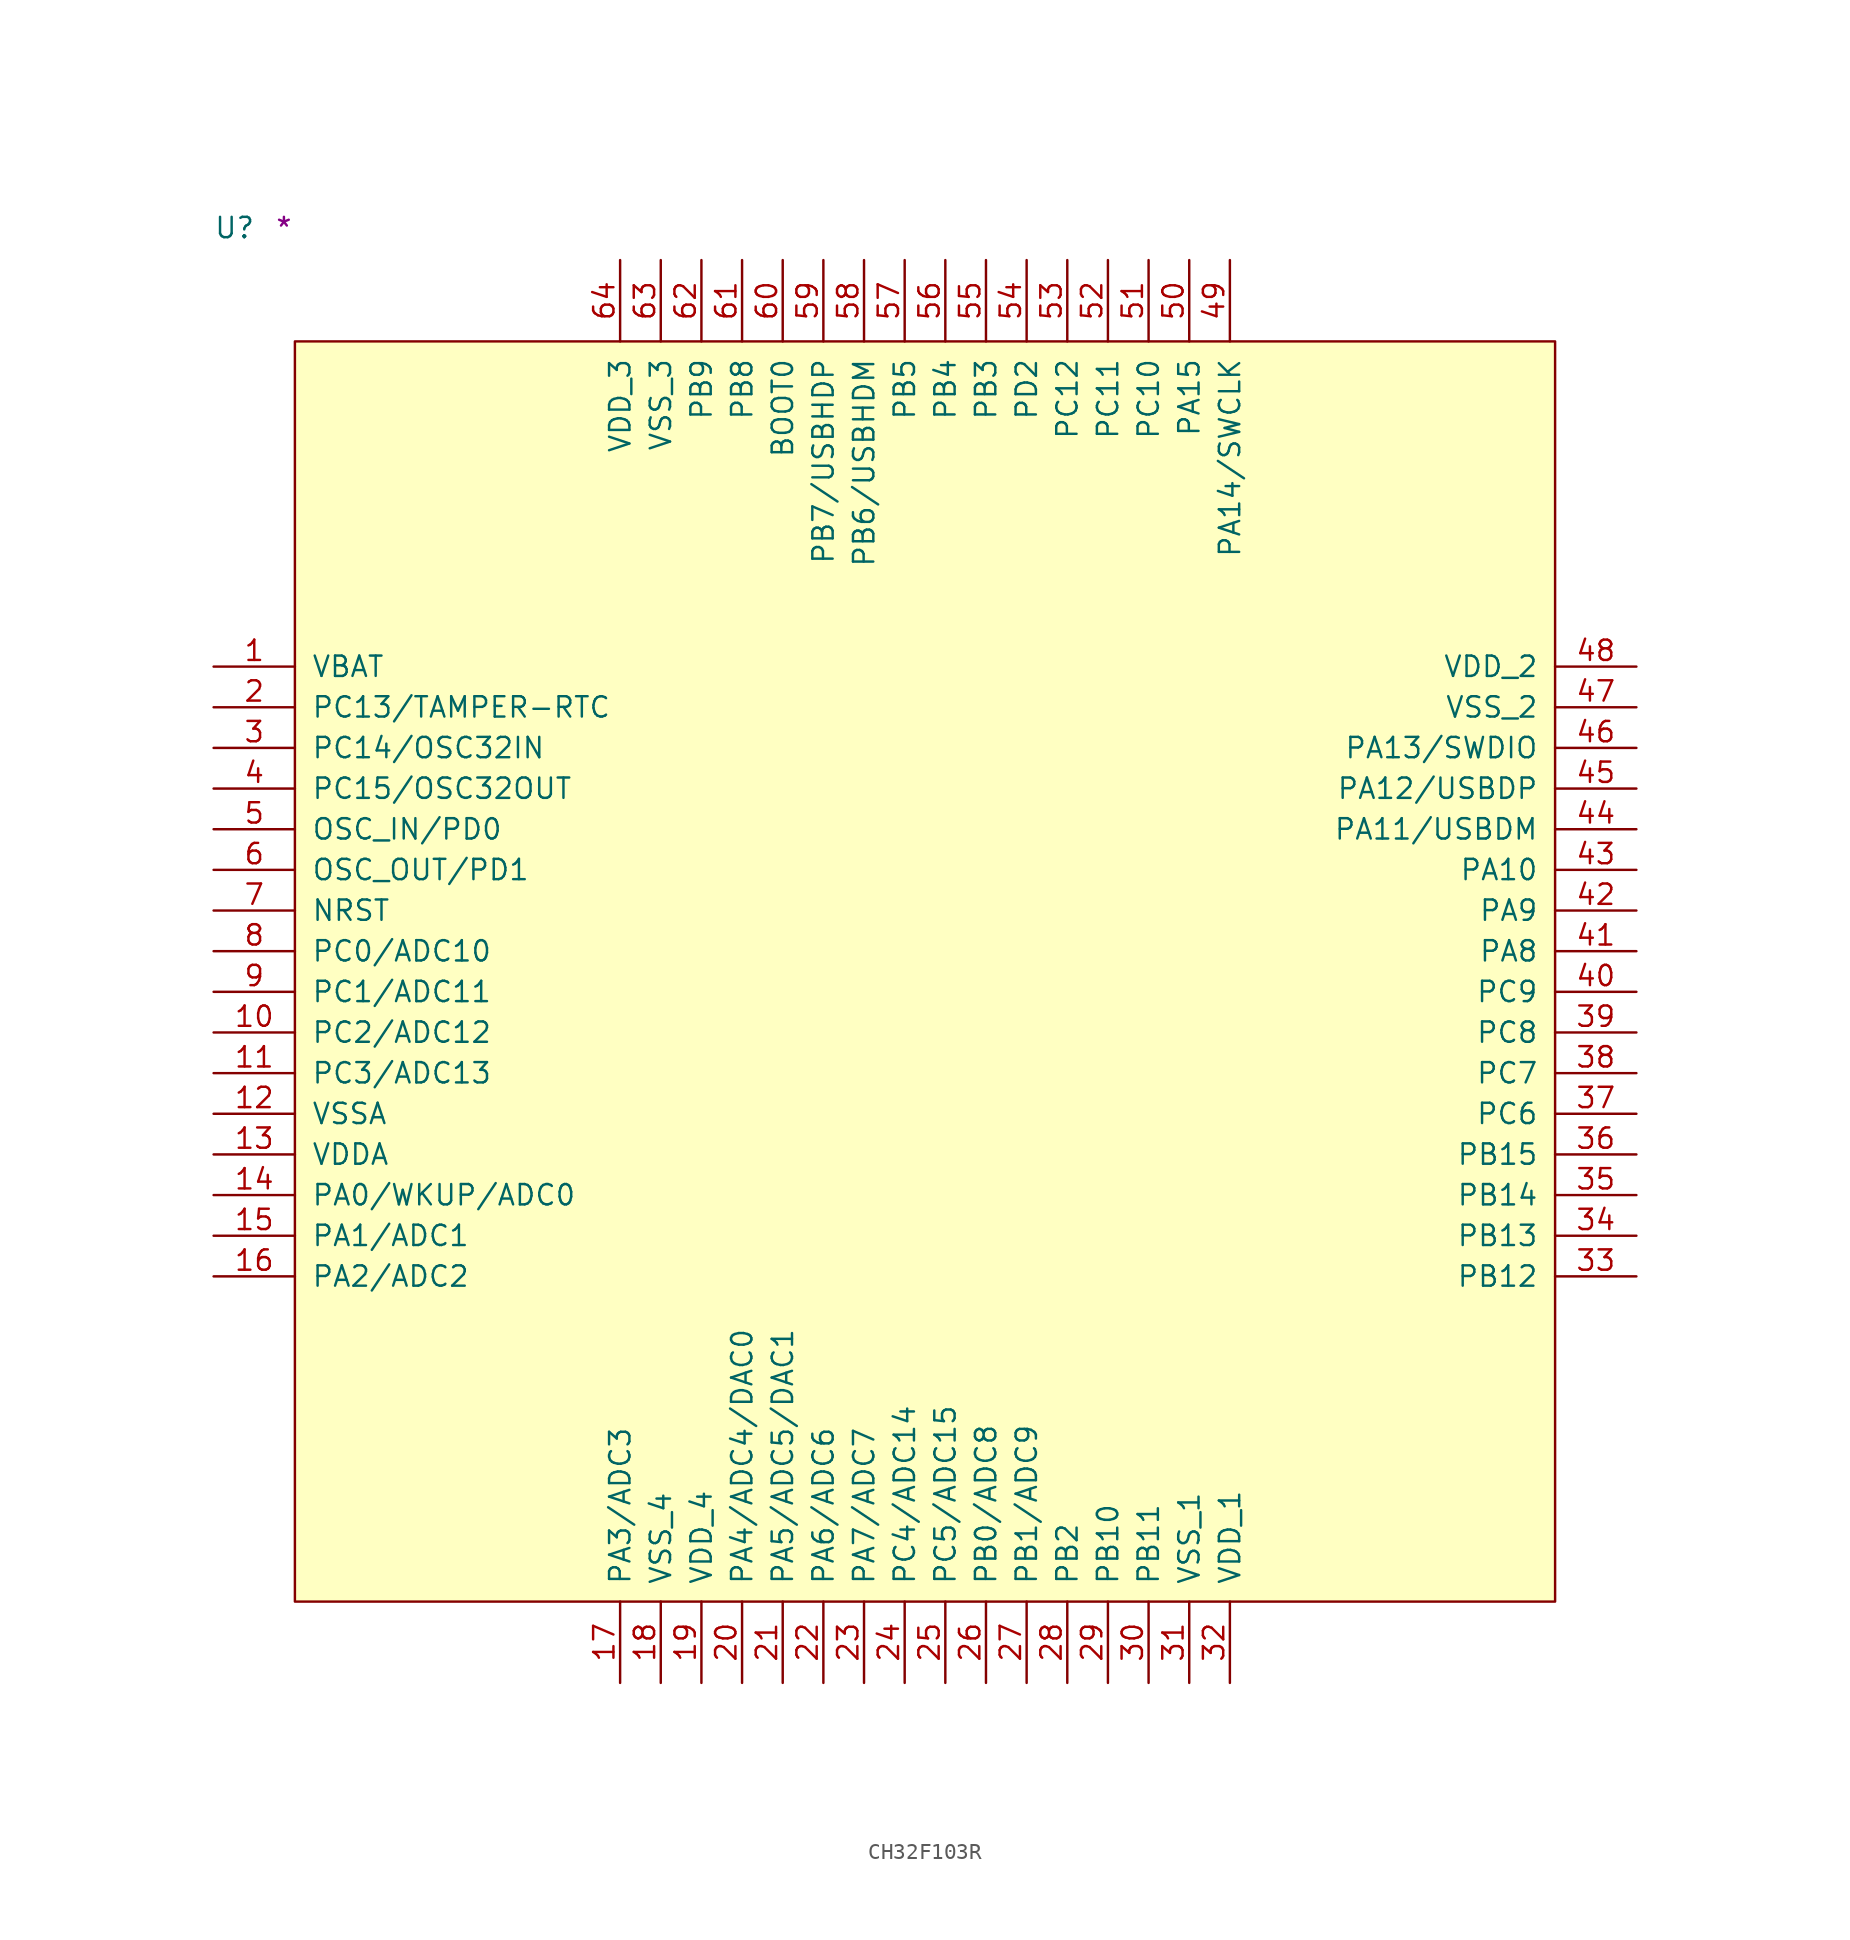
<source format=kicad_sym>
(kicad_symbol_lib
  (version 20211014)
  (generator kicad_symbol_editor)
  (symbol "CH32F103R"
    (pin_names
      (offset 1.016))
    (property "Reference" "U"
      (at -5.08 6.35 0)
      (effects (font (size 1.27 1.27)) (justify left bottom)))
    (property "Comment" "*"
      (at -1.27 6.35 0)
      (effects (font (size 1.27 1.27)) (justify left bottom)))
    (symbol "CH32F103R_1_1"
      (rectangle (start 0 -78.74) (end 78.74 0) (stroke (width 0) (type default) (color 0 0 0 0)) (fill (type background)))
      (pin power_in line (at -5.08 -20.32 0) (length 5.08) (name "VBAT" (effects (font (size 1.27 1.27)))) (number "1" (effects (font (size 1.27 1.27)))))
      (pin bidirectional line (at -5.08 -43.18 0) (length 5.08) (name "PC2/ADC12" (effects (font (size 1.27 1.27)))) (number "10" (effects (font (size 1.27 1.27)))))
      (pin bidirectional line (at -5.08 -45.72 0) (length 5.08) (name "PC3/ADC13" (effects (font (size 1.27 1.27)))) (number "11" (effects (font (size 1.27 1.27)))))
      (pin power_in line (at -5.08 -48.26 0) (length 5.08) (name "VSSA" (effects (font (size 1.27 1.27)))) (number "12" (effects (font (size 1.27 1.27)))))
      (pin power_in line (at -5.08 -50.8 0) (length 5.08) (name "VDDA" (effects (font (size 1.27 1.27)))) (number "13" (effects (font (size 1.27 1.27)))))
      (pin bidirectional line (at -5.08 -53.34 0) (length 5.08) (name "PA0/WKUP/ADC0" (effects (font (size 1.27 1.27)))) (number "14" (effects (font (size 1.27 1.27)))))
      (pin bidirectional line (at -5.08 -55.88 0) (length 5.08) (name "PA1/ADC1" (effects (font (size 1.27 1.27)))) (number "15" (effects (font (size 1.27 1.27)))))
      (pin bidirectional line (at -5.08 -58.42 0) (length 5.08) (name "PA2/ADC2" (effects (font (size 1.27 1.27)))) (number "16" (effects (font (size 1.27 1.27)))))
      (pin bidirectional line (at 20.32 -83.82 90) (length 5.08) (name "PA3/ADC3" (effects (font (size 1.27 1.27)))) (number "17" (effects (font (size 1.27 1.27)))))
      (pin power_in line (at 22.86 -83.82 90) (length 5.08) (name "VSS_4" (effects (font (size 1.27 1.27)))) (number "18" (effects (font (size 1.27 1.27)))))
      (pin power_in line (at 25.4 -83.82 90) (length 5.08) (name "VDD_4" (effects (font (size 1.27 1.27)))) (number "19" (effects (font (size 1.27 1.27)))))
      (pin bidirectional line (at -5.08 -22.86 0) (length 5.08) (name "PC13/TAMPER-RTC" (effects (font (size 1.27 1.27)))) (number "2" (effects (font (size 1.27 1.27)))))
      (pin bidirectional line (at 27.94 -83.82 90) (length 5.08) (name "PA4/ADC4/DAC0" (effects (font (size 1.27 1.27)))) (number "20" (effects (font (size 1.27 1.27)))))
      (pin bidirectional line (at 30.48 -83.82 90) (length 5.08) (name "PA5/ADC5/DAC1" (effects (font (size 1.27 1.27)))) (number "21" (effects (font (size 1.27 1.27)))))
      (pin bidirectional line (at 33.02 -83.82 90) (length 5.08) (name "PA6/ADC6" (effects (font (size 1.27 1.27)))) (number "22" (effects (font (size 1.27 1.27)))))
      (pin bidirectional line (at 35.56 -83.82 90) (length 5.08) (name "PA7/ADC7" (effects (font (size 1.27 1.27)))) (number "23" (effects (font (size 1.27 1.27)))))
      (pin bidirectional line (at 38.1 -83.82 90) (length 5.08) (name "PC4/ADC14" (effects (font (size 1.27 1.27)))) (number "24" (effects (font (size 1.27 1.27)))))
      (pin bidirectional line (at 40.64 -83.82 90) (length 5.08) (name "PC5/ADC15" (effects (font (size 1.27 1.27)))) (number "25" (effects (font (size 1.27 1.27)))))
      (pin bidirectional line (at 43.18 -83.82 90) (length 5.08) (name "PB0/ADC8" (effects (font (size 1.27 1.27)))) (number "26" (effects (font (size 1.27 1.27)))))
      (pin bidirectional line (at 45.72 -83.82 90) (length 5.08) (name "PB1/ADC9" (effects (font (size 1.27 1.27)))) (number "27" (effects (font (size 1.27 1.27)))))
      (pin bidirectional line (at 48.26 -83.82 90) (length 5.08) (name "PB2" (effects (font (size 1.27 1.27)))) (number "28" (effects (font (size 1.27 1.27)))))
      (pin bidirectional line (at 50.8 -83.82 90) (length 5.08) (name "PB10" (effects (font (size 1.27 1.27)))) (number "29" (effects (font (size 1.27 1.27)))))
      (pin bidirectional line (at -5.08 -25.4 0) (length 5.08) (name "PC14/OSC32IN" (effects (font (size 1.27 1.27)))) (number "3" (effects (font (size 1.27 1.27)))))
      (pin bidirectional line (at 53.34 -83.82 90) (length 5.08) (name "PB11" (effects (font (size 1.27 1.27)))) (number "30" (effects (font (size 1.27 1.27)))))
      (pin power_in line (at 55.88 -83.82 90) (length 5.08) (name "VSS_1" (effects (font (size 1.27 1.27)))) (number "31" (effects (font (size 1.27 1.27)))))
      (pin power_in line (at 58.42 -83.82 90) (length 5.08) (name "VDD_1" (effects (font (size 1.27 1.27)))) (number "32" (effects (font (size 1.27 1.27)))))
      (pin bidirectional line (at 83.82 -58.42 180) (length 5.08) (name "PB12" (effects (font (size 1.27 1.27)))) (number "33" (effects (font (size 1.27 1.27)))))
      (pin bidirectional line (at 83.82 -55.88 180) (length 5.08) (name "PB13" (effects (font (size 1.27 1.27)))) (number "34" (effects (font (size 1.27 1.27)))))
      (pin bidirectional line (at 83.82 -53.34 180) (length 5.08) (name "PB14" (effects (font (size 1.27 1.27)))) (number "35" (effects (font (size 1.27 1.27)))))
      (pin bidirectional line (at 83.82 -50.8 180) (length 5.08) (name "PB15" (effects (font (size 1.27 1.27)))) (number "36" (effects (font (size 1.27 1.27)))))
      (pin bidirectional line (at 83.82 -48.26 180) (length 5.08) (name "PC6" (effects (font (size 1.27 1.27)))) (number "37" (effects (font (size 1.27 1.27)))))
      (pin bidirectional line (at 83.82 -45.72 180) (length 5.08) (name "PC7" (effects (font (size 1.27 1.27)))) (number "38" (effects (font (size 1.27 1.27)))))
      (pin bidirectional line (at 83.82 -43.18 180) (length 5.08) (name "PC8" (effects (font (size 1.27 1.27)))) (number "39" (effects (font (size 1.27 1.27)))))
      (pin bidirectional line (at -5.08 -27.94 0) (length 5.08) (name "PC15/OSC32OUT" (effects (font (size 1.27 1.27)))) (number "4" (effects (font (size 1.27 1.27)))))
      (pin bidirectional line (at 83.82 -40.64 180) (length 5.08) (name "PC9" (effects (font (size 1.27 1.27)))) (number "40" (effects (font (size 1.27 1.27)))))
      (pin bidirectional line (at 83.82 -38.1 180) (length 5.08) (name "PA8" (effects (font (size 1.27 1.27)))) (number "41" (effects (font (size 1.27 1.27)))))
      (pin bidirectional line (at 83.82 -35.56 180) (length 5.08) (name "PA9" (effects (font (size 1.27 1.27)))) (number "42" (effects (font (size 1.27 1.27)))))
      (pin bidirectional line (at 83.82 -33.02 180) (length 5.08) (name "PA10" (effects (font (size 1.27 1.27)))) (number "43" (effects (font (size 1.27 1.27)))))
      (pin bidirectional line (at 83.82 -30.48 180) (length 5.08) (name "PA11/USBDM" (effects (font (size 1.27 1.27)))) (number "44" (effects (font (size 1.27 1.27)))))
      (pin bidirectional line (at 83.82 -27.94 180) (length 5.08) (name "PA12/USBDP" (effects (font (size 1.27 1.27)))) (number "45" (effects (font (size 1.27 1.27)))))
      (pin bidirectional line (at 83.82 -25.4 180) (length 5.08) (name "PA13/SWDIO" (effects (font (size 1.27 1.27)))) (number "46" (effects (font (size 1.27 1.27)))))
      (pin power_in line (at 83.82 -22.86 180) (length 5.08) (name "VSS_2" (effects (font (size 1.27 1.27)))) (number "47" (effects (font (size 1.27 1.27)))))
      (pin power_in line (at 83.82 -20.32 180) (length 5.08) (name "VDD_2" (effects (font (size 1.27 1.27)))) (number "48" (effects (font (size 1.27 1.27)))))
      (pin bidirectional line (at 58.42 5.08 270) (length 5.08) (name "PA14/SWCLK" (effects (font (size 1.27 1.27)))) (number "49" (effects (font (size 1.27 1.27)))))
      (pin input line (at -5.08 -30.48 0) (length 5.08) (name "OSC_IN/PD0" (effects (font (size 1.27 1.27)))) (number "5" (effects (font (size 1.27 1.27)))))
      (pin bidirectional line (at 55.88 5.08 270) (length 5.08) (name "PA15" (effects (font (size 1.27 1.27)))) (number "50" (effects (font (size 1.27 1.27)))))
      (pin bidirectional line (at 53.34 5.08 270) (length 5.08) (name "PC10" (effects (font (size 1.27 1.27)))) (number "51" (effects (font (size 1.27 1.27)))))
      (pin bidirectional line (at 50.8 5.08 270) (length 5.08) (name "PC11" (effects (font (size 1.27 1.27)))) (number "52" (effects (font (size 1.27 1.27)))))
      (pin bidirectional line (at 48.26 5.08 270) (length 5.08) (name "PC12" (effects (font (size 1.27 1.27)))) (number "53" (effects (font (size 1.27 1.27)))))
      (pin bidirectional line (at 45.72 5.08 270) (length 5.08) (name "PD2" (effects (font (size 1.27 1.27)))) (number "54" (effects (font (size 1.27 1.27)))))
      (pin bidirectional line (at 43.18 5.08 270) (length 5.08) (name "PB3" (effects (font (size 1.27 1.27)))) (number "55" (effects (font (size 1.27 1.27)))))
      (pin bidirectional line (at 40.64 5.08 270) (length 5.08) (name "PB4" (effects (font (size 1.27 1.27)))) (number "56" (effects (font (size 1.27 1.27)))))
      (pin bidirectional line (at 38.1 5.08 270) (length 5.08) (name "PB5" (effects (font (size 1.27 1.27)))) (number "57" (effects (font (size 1.27 1.27)))))
      (pin bidirectional line (at 35.56 5.08 270) (length 5.08) (name "PB6/USBHDM" (effects (font (size 1.27 1.27)))) (number "58" (effects (font (size 1.27 1.27)))))
      (pin bidirectional line (at 33.02 5.08 270) (length 5.08) (name "PB7/USBHDP" (effects (font (size 1.27 1.27)))) (number "59" (effects (font (size 1.27 1.27)))))
      (pin output line (at -5.08 -33.02 0) (length 5.08) (name "OSC_OUT/PD1" (effects (font (size 1.27 1.27)))) (number "6" (effects (font (size 1.27 1.27)))))
      (pin input line (at 30.48 5.08 270) (length 5.08) (name "BOOT0" (effects (font (size 1.27 1.27)))) (number "60" (effects (font (size 1.27 1.27)))))
      (pin bidirectional line (at 27.94 5.08 270) (length 5.08) (name "PB8" (effects (font (size 1.27 1.27)))) (number "61" (effects (font (size 1.27 1.27)))))
      (pin bidirectional line (at 25.4 5.08 270) (length 5.08) (name "PB9" (effects (font (size 1.27 1.27)))) (number "62" (effects (font (size 1.27 1.27)))))
      (pin power_in line (at 22.86 5.08 270) (length 5.08) (name "VSS_3" (effects (font (size 1.27 1.27)))) (number "63" (effects (font (size 1.27 1.27)))))
      (pin power_in line (at 20.32 5.08 270) (length 5.08) (name "VDD_3" (effects (font (size 1.27 1.27)))) (number "64" (effects (font (size 1.27 1.27)))))
      (pin bidirectional line (at -5.08 -35.56 0) (length 5.08) (name "NRST" (effects (font (size 1.27 1.27)))) (number "7" (effects (font (size 1.27 1.27)))))
      (pin bidirectional line (at -5.08 -38.1 0) (length 5.08) (name "PC0/ADC10" (effects (font (size 1.27 1.27)))) (number "8" (effects (font (size 1.27 1.27)))))
      (pin bidirectional line (at -5.08 -40.64 0) (length 5.08) (name "PC1/ADC11" (effects (font (size 1.27 1.27)))) (number "9" (effects (font (size 1.27 1.27))))))))
</source>
